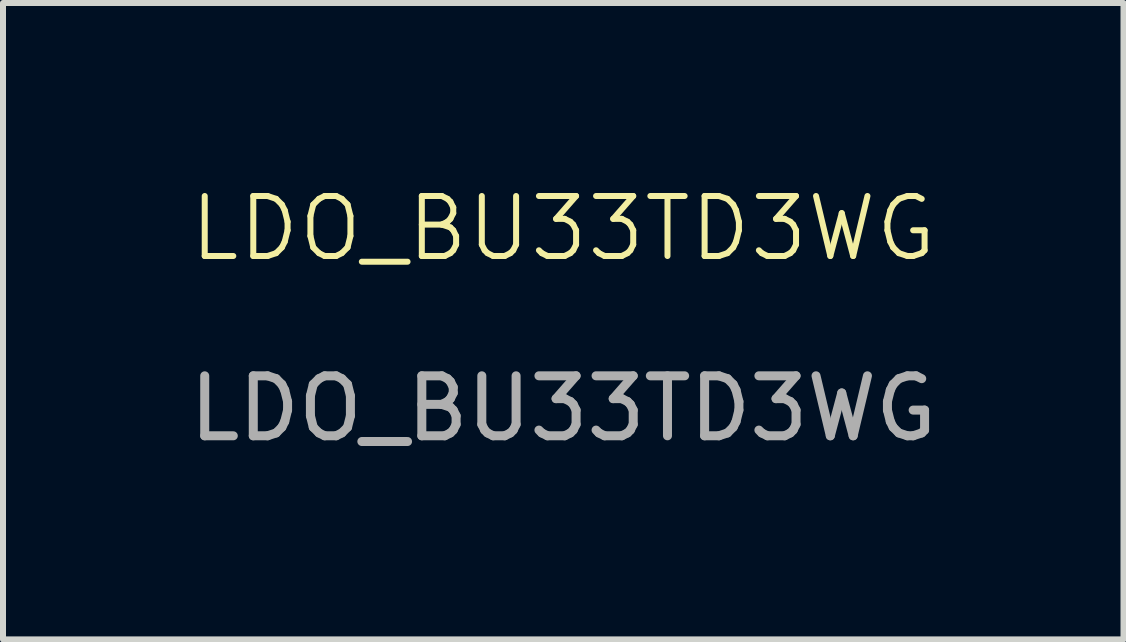
<source format=kicad_pcb>
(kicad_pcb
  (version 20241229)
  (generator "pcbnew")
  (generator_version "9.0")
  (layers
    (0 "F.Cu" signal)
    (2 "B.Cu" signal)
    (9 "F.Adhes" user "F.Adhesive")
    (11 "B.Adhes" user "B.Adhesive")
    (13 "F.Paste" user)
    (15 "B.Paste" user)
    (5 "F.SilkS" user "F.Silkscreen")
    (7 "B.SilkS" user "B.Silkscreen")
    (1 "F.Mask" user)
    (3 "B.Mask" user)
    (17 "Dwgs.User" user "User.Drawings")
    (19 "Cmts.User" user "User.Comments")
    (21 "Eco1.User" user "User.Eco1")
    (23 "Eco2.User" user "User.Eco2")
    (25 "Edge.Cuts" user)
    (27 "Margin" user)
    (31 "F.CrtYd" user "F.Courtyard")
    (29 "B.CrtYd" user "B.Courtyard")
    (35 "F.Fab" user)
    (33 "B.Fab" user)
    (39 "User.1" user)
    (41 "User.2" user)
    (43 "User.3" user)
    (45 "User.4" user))
  (footprint "LDO_BU33TD3WG"
    (layer "F.Cu")
    (at 6.339 1.26)
    (property "Reference" "LDO_BU33TD3WG" (at 0 -0.5 0) (unlocked yes) (layer "F.SilkS") (effects (font (size 1 1) (thickness 0.1))))
    (attr smd)
    (fp_text user "${REFERENCE}" (at 0 2.5 0) (unlocked yes) (layer "F.Fab") (effects (font (size 1 1) (thickness 0.15)))))
  (gr_rect
    (start -3 -3)
    (end 15.679 7.609)
    (stroke (width 0.1) (type default))
    (fill no)
    (layer "Edge.Cuts")))
</source>
